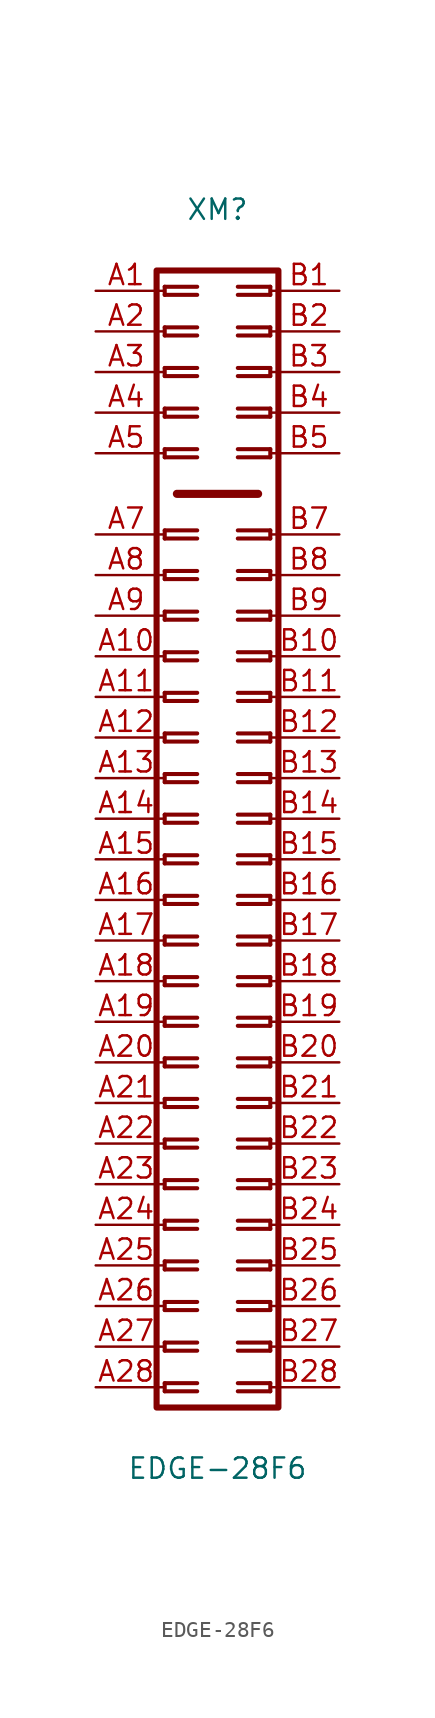
<source format=kicad_sym>
(kicad_symbol_lib
  (version 20231120)
  (generator "kicad_symbol_editor")
  (generator_version "8.0")
  (symbol "EDGE-28F6"
    (pin_names
      (offset 1.016))
    (property "Reference" "XM"
      (at 0 39.37 0)
      (effects (font (size 1.27 1.27))))
    (property "Value" "EDGE-28F6"
      (at 0 -39.37 0)
      (effects (font (size 1.27 1.27))))
    (symbol "EDGE-28F6_0_0"
      (polyline (pts (xy -2.54 21.59) (xy 2.54 21.59)) (stroke (width 0.508) (type default)) (fill (type none))))
    (symbol "EDGE-28F6_0_1"
      (rectangle (start -3.81 35.56) (end 3.81 -35.56) (stroke (width 0.381) (type default)) (fill (type none)))
      (polyline (pts (xy -3.81 -34.29) (xy -3.302 -34.29)) (stroke (width 0) (type default)) (fill (type none)))
      (polyline (pts (xy -3.81 -31.75) (xy -3.302 -31.75)) (stroke (width 0) (type default)) (fill (type none)))
      (polyline (pts (xy -3.81 -29.21) (xy -3.302 -29.21)) (stroke (width 0) (type default)) (fill (type none)))
      (polyline (pts (xy -3.81 -26.67) (xy -3.302 -26.67)) (stroke (width 0) (type default)) (fill (type none)))
      (polyline (pts (xy -3.81 -24.13) (xy -3.302 -24.13)) (stroke (width 0) (type default)) (fill (type none)))
      (polyline (pts (xy -3.81 -21.59) (xy -3.302 -21.59)) (stroke (width 0) (type default)) (fill (type none)))
      (polyline (pts (xy -3.81 -19.05) (xy -3.302 -19.05)) (stroke (width 0) (type default)) (fill (type none)))
      (polyline (pts (xy -3.81 -16.51) (xy -3.302 -16.51)) (stroke (width 0) (type default)) (fill (type none)))
      (polyline (pts (xy -3.81 -13.97) (xy -3.302 -13.97)) (stroke (width 0) (type default)) (fill (type none)))
      (polyline (pts (xy -3.81 -11.43) (xy -3.302 -11.43)) (stroke (width 0) (type default)) (fill (type none)))
      (polyline (pts (xy -3.81 -8.89) (xy -3.302 -8.89)) (stroke (width 0) (type default)) (fill (type none)))
      (polyline (pts (xy -3.81 -6.35) (xy -3.302 -6.35)) (stroke (width 0) (type default)) (fill (type none)))
      (polyline (pts (xy -3.81 -3.81) (xy -3.302 -3.81)) (stroke (width 0) (type default)) (fill (type none)))
      (polyline (pts (xy -3.81 -1.27) (xy -3.302 -1.27)) (stroke (width 0) (type default)) (fill (type none)))
      (polyline (pts (xy -3.81 1.27) (xy -3.302 1.27)) (stroke (width 0) (type default)) (fill (type none)))
      (polyline (pts (xy -3.81 3.81) (xy -3.302 3.81)) (stroke (width 0) (type default)) (fill (type none)))
      (polyline (pts (xy -3.81 6.35) (xy -3.302 6.35)) (stroke (width 0) (type default)) (fill (type none)))
      (polyline (pts (xy -3.81 8.89) (xy -3.302 8.89)) (stroke (width 0) (type default)) (fill (type none)))
      (polyline (pts (xy -3.81 11.43) (xy -3.302 11.43)) (stroke (width 0) (type default)) (fill (type none)))
      (polyline (pts (xy -3.81 13.97) (xy -3.302 13.97)) (stroke (width 0) (type default)) (fill (type none)))
      (polyline (pts (xy -3.81 16.51) (xy -3.302 16.51)) (stroke (width 0) (type default)) (fill (type none)))
      (polyline (pts (xy -3.81 19.05) (xy -3.302 19.05)) (stroke (width 0) (type default)) (fill (type none)))
      (polyline (pts (xy -3.81 24.13) (xy -3.302 24.13)) (stroke (width 0) (type default)) (fill (type none)))
      (polyline (pts (xy -3.81 26.67) (xy -3.302 26.67)) (stroke (width 0) (type default)) (fill (type none)))
      (polyline (pts (xy -3.81 29.21) (xy -3.302 29.21)) (stroke (width 0) (type default)) (fill (type none)))
      (polyline (pts (xy -3.81 31.75) (xy -3.302 31.75)) (stroke (width 0) (type default)) (fill (type none)))
      (polyline (pts (xy -3.81 34.29) (xy -3.302 34.29)) (stroke (width 0) (type default)) (fill (type none)))
      (polyline (pts (xy -3.302 -34.544) (xy -3.302 -34.036)) (stroke (width 0.254) (type default)) (fill (type none)))
      (polyline (pts (xy -3.302 -34.544) (xy -1.27 -34.544)) (stroke (width 0.254) (type default)) (fill (type none)))
      (polyline (pts (xy -3.302 -34.036) (xy -1.27 -34.036)) (stroke (width 0.254) (type default)) (fill (type none)))
      (polyline (pts (xy -3.302 -32.004) (xy -3.302 -31.496)) (stroke (width 0.254) (type default)) (fill (type none)))
      (polyline (pts (xy -3.302 -32.004) (xy -1.27 -32.004)) (stroke (width 0.254) (type default)) (fill (type none)))
      (polyline (pts (xy -3.302 -31.496) (xy -1.27 -31.496)) (stroke (width 0.254) (type default)) (fill (type none)))
      (polyline (pts (xy -3.302 -29.464) (xy -3.302 -28.956)) (stroke (width 0.254) (type default)) (fill (type none)))
      (polyline (pts (xy -3.302 -29.464) (xy -1.27 -29.464)) (stroke (width 0.254) (type default)) (fill (type none)))
      (polyline (pts (xy -3.302 -28.956) (xy -1.27 -28.956)) (stroke (width 0.254) (type default)) (fill (type none)))
      (polyline (pts (xy -3.302 -26.924) (xy -3.302 -26.416)) (stroke (width 0.254) (type default)) (fill (type none)))
      (polyline (pts (xy -3.302 -26.924) (xy -1.27 -26.924)) (stroke (width 0.254) (type default)) (fill (type none)))
      (polyline (pts (xy -3.302 -26.416) (xy -1.27 -26.416)) (stroke (width 0.254) (type default)) (fill (type none)))
      (polyline (pts (xy -3.302 -24.384) (xy -3.302 -23.876)) (stroke (width 0.254) (type default)) (fill (type none)))
      (polyline (pts (xy -3.302 -24.384) (xy -1.27 -24.384)) (stroke (width 0.254) (type default)) (fill (type none)))
      (polyline (pts (xy -3.302 -23.876) (xy -1.27 -23.876)) (stroke (width 0.254) (type default)) (fill (type none)))
      (polyline (pts (xy -3.302 -21.844) (xy -3.302 -21.336)) (stroke (width 0.254) (type default)) (fill (type none)))
      (polyline (pts (xy -3.302 -21.844) (xy -1.27 -21.844)) (stroke (width 0.254) (type default)) (fill (type none)))
      (polyline (pts (xy -3.302 -21.336) (xy -1.27 -21.336)) (stroke (width 0.254) (type default)) (fill (type none)))
      (polyline (pts (xy -3.302 -19.304) (xy -3.302 -18.796)) (stroke (width 0.254) (type default)) (fill (type none)))
      (polyline (pts (xy -3.302 -19.304) (xy -1.27 -19.304)) (stroke (width 0.254) (type default)) (fill (type none)))
      (polyline (pts (xy -3.302 -18.796) (xy -1.27 -18.796)) (stroke (width 0.254) (type default)) (fill (type none)))
      (polyline (pts (xy -3.302 -16.764) (xy -3.302 -16.256)) (stroke (width 0.254) (type default)) (fill (type none)))
      (polyline (pts (xy -3.302 -16.764) (xy -1.27 -16.764)) (stroke (width 0.254) (type default)) (fill (type none)))
      (polyline (pts (xy -3.302 -16.256) (xy -1.27 -16.256)) (stroke (width 0.254) (type default)) (fill (type none)))
      (polyline (pts (xy -3.302 -14.224) (xy -3.302 -13.716)) (stroke (width 0.254) (type default)) (fill (type none)))
      (polyline (pts (xy -3.302 -14.224) (xy -1.27 -14.224)) (stroke (width 0.254) (type default)) (fill (type none)))
      (polyline (pts (xy -3.302 -13.716) (xy -1.27 -13.716)) (stroke (width 0.254) (type default)) (fill (type none)))
      (polyline (pts (xy -3.302 -11.684) (xy -3.302 -11.176)) (stroke (width 0.254) (type default)) (fill (type none)))
      (polyline (pts (xy -3.302 -11.684) (xy -1.27 -11.684)) (stroke (width 0.254) (type default)) (fill (type none)))
      (polyline (pts (xy -3.302 -11.176) (xy -1.27 -11.176)) (stroke (width 0.254) (type default)) (fill (type none)))
      (polyline (pts (xy -3.302 -9.144) (xy -3.302 -8.636)) (stroke (width 0.254) (type default)) (fill (type none)))
      (polyline (pts (xy -3.302 -9.144) (xy -1.27 -9.144)) (stroke (width 0.254) (type default)) (fill (type none)))
      (polyline (pts (xy -3.302 -8.636) (xy -1.27 -8.636)) (stroke (width 0.254) (type default)) (fill (type none)))
      (polyline (pts (xy -3.302 -6.604) (xy -3.302 -6.096)) (stroke (width 0.254) (type default)) (fill (type none)))
      (polyline (pts (xy -3.302 -6.604) (xy -1.27 -6.604)) (stroke (width 0.254) (type default)) (fill (type none)))
      (polyline (pts (xy -3.302 -6.096) (xy -1.27 -6.096)) (stroke (width 0.254) (type default)) (fill (type none)))
      (polyline (pts (xy -3.302 -4.064) (xy -3.302 -3.556)) (stroke (width 0.254) (type default)) (fill (type none)))
      (polyline (pts (xy -3.302 -4.064) (xy -1.27 -4.064)) (stroke (width 0.254) (type default)) (fill (type none)))
      (polyline (pts (xy -3.302 -3.556) (xy -1.27 -3.556)) (stroke (width 0.254) (type default)) (fill (type none)))
      (polyline (pts (xy -3.302 -1.524) (xy -3.302 -1.016)) (stroke (width 0.254) (type default)) (fill (type none)))
      (polyline (pts (xy -3.302 -1.524) (xy -1.27 -1.524)) (stroke (width 0.254) (type default)) (fill (type none)))
      (polyline (pts (xy -3.302 -1.016) (xy -1.27 -1.016)) (stroke (width 0.254) (type default)) (fill (type none)))
      (polyline (pts (xy -3.302 1.016) (xy -3.302 1.524)) (stroke (width 0.254) (type default)) (fill (type none)))
      (polyline (pts (xy -3.302 1.016) (xy -1.27 1.016)) (stroke (width 0.254) (type default)) (fill (type none)))
      (polyline (pts (xy -3.302 1.524) (xy -1.27 1.524)) (stroke (width 0.254) (type default)) (fill (type none)))
      (polyline (pts (xy -3.302 3.556) (xy -3.302 4.064)) (stroke (width 0.254) (type default)) (fill (type none)))
      (polyline (pts (xy -3.302 3.556) (xy -1.27 3.556)) (stroke (width 0.254) (type default)) (fill (type none)))
      (polyline (pts (xy -3.302 4.064) (xy -1.27 4.064)) (stroke (width 0.254) (type default)) (fill (type none)))
      (polyline (pts (xy -3.302 6.096) (xy -3.302 6.604)) (stroke (width 0.254) (type default)) (fill (type none)))
      (polyline (pts (xy -3.302 6.096) (xy -1.27 6.096)) (stroke (width 0.254) (type default)) (fill (type none)))
      (polyline (pts (xy -3.302 6.604) (xy -1.27 6.604)) (stroke (width 0.254) (type default)) (fill (type none)))
      (polyline (pts (xy -3.302 8.636) (xy -3.302 9.144)) (stroke (width 0.254) (type default)) (fill (type none)))
      (polyline (pts (xy -3.302 8.636) (xy -1.27 8.636)) (stroke (width 0.254) (type default)) (fill (type none)))
      (polyline (pts (xy -3.302 9.144) (xy -1.27 9.144)) (stroke (width 0.254) (type default)) (fill (type none)))
      (polyline (pts (xy -3.302 11.176) (xy -3.302 11.684)) (stroke (width 0.254) (type default)) (fill (type none)))
      (polyline (pts (xy -3.302 11.176) (xy -1.27 11.176)) (stroke (width 0.254) (type default)) (fill (type none)))
      (polyline (pts (xy -3.302 11.684) (xy -1.27 11.684)) (stroke (width 0.254) (type default)) (fill (type none)))
      (polyline (pts (xy -3.302 13.716) (xy -3.302 14.224)) (stroke (width 0.254) (type default)) (fill (type none)))
      (polyline (pts (xy -3.302 13.716) (xy -1.27 13.716)) (stroke (width 0.254) (type default)) (fill (type none)))
      (polyline (pts (xy -3.302 14.224) (xy -1.27 14.224)) (stroke (width 0.254) (type default)) (fill (type none)))
      (polyline (pts (xy -3.302 16.256) (xy -3.302 16.764)) (stroke (width 0.254) (type default)) (fill (type none)))
      (polyline (pts (xy -3.302 16.256) (xy -1.27 16.256)) (stroke (width 0.254) (type default)) (fill (type none)))
      (polyline (pts (xy -3.302 16.764) (xy -1.27 16.764)) (stroke (width 0.254) (type default)) (fill (type none)))
      (polyline (pts (xy -3.302 18.796) (xy -3.302 19.304)) (stroke (width 0.254) (type default)) (fill (type none)))
      (polyline (pts (xy -3.302 18.796) (xy -1.27 18.796)) (stroke (width 0.254) (type default)) (fill (type none)))
      (polyline (pts (xy -3.302 19.304) (xy -1.27 19.304)) (stroke (width 0.254) (type default)) (fill (type none)))
      (polyline (pts (xy -3.302 23.876) (xy -3.302 24.384)) (stroke (width 0.254) (type default)) (fill (type none)))
      (polyline (pts (xy -3.302 23.876) (xy -1.27 23.876)) (stroke (width 0.254) (type default)) (fill (type none)))
      (polyline (pts (xy -3.302 24.384) (xy -1.27 24.384)) (stroke (width 0.254) (type default)) (fill (type none)))
      (polyline (pts (xy -3.302 26.416) (xy -3.302 26.924)) (stroke (width 0.254) (type default)) (fill (type none)))
      (polyline (pts (xy -3.302 26.416) (xy -1.27 26.416)) (stroke (width 0.254) (type default)) (fill (type none)))
      (polyline (pts (xy -3.302 26.924) (xy -1.27 26.924)) (stroke (width 0.254) (type default)) (fill (type none)))
      (polyline (pts (xy -3.302 28.956) (xy -3.302 29.464)) (stroke (width 0.254) (type default)) (fill (type none)))
      (polyline (pts (xy -3.302 28.956) (xy -1.27 28.956)) (stroke (width 0.254) (type default)) (fill (type none)))
      (polyline (pts (xy -3.302 29.464) (xy -1.27 29.464)) (stroke (width 0.254) (type default)) (fill (type none)))
      (polyline (pts (xy -3.302 31.496) (xy -3.302 32.004)) (stroke (width 0.254) (type default)) (fill (type none)))
      (polyline (pts (xy -3.302 31.496) (xy -1.27 31.496)) (stroke (width 0.254) (type default)) (fill (type none)))
      (polyline (pts (xy -3.302 32.004) (xy -1.27 32.004)) (stroke (width 0.254) (type default)) (fill (type none)))
      (polyline (pts (xy -3.302 34.036) (xy -3.302 34.544)) (stroke (width 0.254) (type default)) (fill (type none)))
      (polyline (pts (xy -3.302 34.036) (xy -1.27 34.036)) (stroke (width 0.254) (type default)) (fill (type none)))
      (polyline (pts (xy -3.302 34.544) (xy -1.27 34.544)) (stroke (width 0.254) (type default)) (fill (type none)))
      (polyline (pts (xy 3.302 -34.544) (xy 1.27 -34.544)) (stroke (width 0.254) (type default)) (fill (type none)))
      (polyline (pts (xy 3.302 -34.544) (xy 3.302 -34.036)) (stroke (width 0.254) (type default)) (fill (type none)))
      (polyline (pts (xy 3.302 -34.036) (xy 1.27 -34.036)) (stroke (width 0.254) (type default)) (fill (type none)))
      (polyline (pts (xy 3.302 -32.004) (xy 1.27 -32.004)) (stroke (width 0.254) (type default)) (fill (type none)))
      (polyline (pts (xy 3.302 -32.004) (xy 3.302 -31.496)) (stroke (width 0.254) (type default)) (fill (type none)))
      (polyline (pts (xy 3.302 -31.496) (xy 1.27 -31.496)) (stroke (width 0.254) (type default)) (fill (type none)))
      (polyline (pts (xy 3.302 -29.464) (xy 1.27 -29.464)) (stroke (width 0.254) (type default)) (fill (type none)))
      (polyline (pts (xy 3.302 -29.464) (xy 3.302 -28.956)) (stroke (width 0.254) (type default)) (fill (type none)))
      (polyline (pts (xy 3.302 -28.956) (xy 1.27 -28.956)) (stroke (width 0.254) (type default)) (fill (type none)))
      (polyline (pts (xy 3.302 -26.924) (xy 1.27 -26.924)) (stroke (width 0.254) (type default)) (fill (type none)))
      (polyline (pts (xy 3.302 -26.924) (xy 3.302 -26.416)) (stroke (width 0.254) (type default)) (fill (type none)))
      (polyline (pts (xy 3.302 -26.416) (xy 1.27 -26.416)) (stroke (width 0.254) (type default)) (fill (type none)))
      (polyline (pts (xy 3.302 -24.384) (xy 1.27 -24.384)) (stroke (width 0.254) (type default)) (fill (type none)))
      (polyline (pts (xy 3.302 -24.384) (xy 3.302 -23.876)) (stroke (width 0.254) (type default)) (fill (type none)))
      (polyline (pts (xy 3.302 -23.876) (xy 1.27 -23.876)) (stroke (width 0.254) (type default)) (fill (type none)))
      (polyline (pts (xy 3.302 -21.844) (xy 1.27 -21.844)) (stroke (width 0.254) (type default)) (fill (type none)))
      (polyline (pts (xy 3.302 -21.844) (xy 3.302 -21.336)) (stroke (width 0.254) (type default)) (fill (type none)))
      (polyline (pts (xy 3.302 -21.336) (xy 1.27 -21.336)) (stroke (width 0.254) (type default)) (fill (type none)))
      (polyline (pts (xy 3.302 -19.304) (xy 1.27 -19.304)) (stroke (width 0.254) (type default)) (fill (type none)))
      (polyline (pts (xy 3.302 -19.304) (xy 3.302 -18.796)) (stroke (width 0.254) (type default)) (fill (type none)))
      (polyline (pts (xy 3.302 -18.796) (xy 1.27 -18.796)) (stroke (width 0.254) (type default)) (fill (type none)))
      (polyline (pts (xy 3.302 -16.764) (xy 1.27 -16.764)) (stroke (width 0.254) (type default)) (fill (type none)))
      (polyline (pts (xy 3.302 -16.764) (xy 3.302 -16.256)) (stroke (width 0.254) (type default)) (fill (type none)))
      (polyline (pts (xy 3.302 -16.256) (xy 1.27 -16.256)) (stroke (width 0.254) (type default)) (fill (type none)))
      (polyline (pts (xy 3.302 -14.224) (xy 1.27 -14.224)) (stroke (width 0.254) (type default)) (fill (type none)))
      (polyline (pts (xy 3.302 -14.224) (xy 3.302 -13.716)) (stroke (width 0.254) (type default)) (fill (type none)))
      (polyline (pts (xy 3.302 -13.716) (xy 1.27 -13.716)) (stroke (width 0.254) (type default)) (fill (type none)))
      (polyline (pts (xy 3.302 -11.684) (xy 1.27 -11.684)) (stroke (width 0.254) (type default)) (fill (type none)))
      (polyline (pts (xy 3.302 -11.684) (xy 3.302 -11.176)) (stroke (width 0.254) (type default)) (fill (type none)))
      (polyline (pts (xy 3.302 -11.176) (xy 1.27 -11.176)) (stroke (width 0.254) (type default)) (fill (type none)))
      (polyline (pts (xy 3.302 -9.144) (xy 1.27 -9.144)) (stroke (width 0.254) (type default)) (fill (type none)))
      (polyline (pts (xy 3.302 -9.144) (xy 3.302 -8.636)) (stroke (width 0.254) (type default)) (fill (type none)))
      (polyline (pts (xy 3.302 -8.636) (xy 1.27 -8.636)) (stroke (width 0.254) (type default)) (fill (type none)))
      (polyline (pts (xy 3.302 -6.604) (xy 1.27 -6.604)) (stroke (width 0.254) (type default)) (fill (type none)))
      (polyline (pts (xy 3.302 -6.604) (xy 3.302 -6.096)) (stroke (width 0.254) (type default)) (fill (type none)))
      (polyline (pts (xy 3.302 -6.096) (xy 1.27 -6.096)) (stroke (width 0.254) (type default)) (fill (type none)))
      (polyline (pts (xy 3.302 -4.064) (xy 1.27 -4.064)) (stroke (width 0.254) (type default)) (fill (type none)))
      (polyline (pts (xy 3.302 -4.064) (xy 3.302 -3.556)) (stroke (width 0.254) (type default)) (fill (type none)))
      (polyline (pts (xy 3.302 -3.556) (xy 1.27 -3.556)) (stroke (width 0.254) (type default)) (fill (type none)))
      (polyline (pts (xy 3.302 -1.524) (xy 1.27 -1.524)) (stroke (width 0.254) (type default)) (fill (type none)))
      (polyline (pts (xy 3.302 -1.524) (xy 3.302 -1.016)) (stroke (width 0.254) (type default)) (fill (type none)))
      (polyline (pts (xy 3.302 -1.016) (xy 1.27 -1.016)) (stroke (width 0.254) (type default)) (fill (type none)))
      (polyline (pts (xy 3.302 1.016) (xy 1.27 1.016)) (stroke (width 0.254) (type default)) (fill (type none)))
      (polyline (pts (xy 3.302 1.016) (xy 3.302 1.524)) (stroke (width 0.254) (type default)) (fill (type none)))
      (polyline (pts (xy 3.302 1.524) (xy 1.27 1.524)) (stroke (width 0.254) (type default)) (fill (type none)))
      (polyline (pts (xy 3.302 3.556) (xy 1.27 3.556)) (stroke (width 0.254) (type default)) (fill (type none)))
      (polyline (pts (xy 3.302 3.556) (xy 3.302 4.064)) (stroke (width 0.254) (type default)) (fill (type none)))
      (polyline (pts (xy 3.302 4.064) (xy 1.27 4.064)) (stroke (width 0.254) (type default)) (fill (type none)))
      (polyline (pts (xy 3.302 6.096) (xy 1.27 6.096)) (stroke (width 0.254) (type default)) (fill (type none)))
      (polyline (pts (xy 3.302 6.096) (xy 3.302 6.604)) (stroke (width 0.254) (type default)) (fill (type none)))
      (polyline (pts (xy 3.302 6.604) (xy 1.27 6.604)) (stroke (width 0.254) (type default)) (fill (type none)))
      (polyline (pts (xy 3.302 8.636) (xy 1.27 8.636)) (stroke (width 0.254) (type default)) (fill (type none)))
      (polyline (pts (xy 3.302 8.636) (xy 3.302 9.144)) (stroke (width 0.254) (type default)) (fill (type none)))
      (polyline (pts (xy 3.302 9.144) (xy 1.27 9.144)) (stroke (width 0.254) (type default)) (fill (type none)))
      (polyline (pts (xy 3.302 11.176) (xy 1.27 11.176)) (stroke (width 0.254) (type default)) (fill (type none)))
      (polyline (pts (xy 3.302 11.176) (xy 3.302 11.684)) (stroke (width 0.254) (type default)) (fill (type none)))
      (polyline (pts (xy 3.302 11.684) (xy 1.27 11.684)) (stroke (width 0.254) (type default)) (fill (type none)))
      (polyline (pts (xy 3.302 13.716) (xy 1.27 13.716)) (stroke (width 0.254) (type default)) (fill (type none)))
      (polyline (pts (xy 3.302 13.716) (xy 3.302 14.224)) (stroke (width 0.254) (type default)) (fill (type none)))
      (polyline (pts (xy 3.302 14.224) (xy 1.27 14.224)) (stroke (width 0.254) (type default)) (fill (type none)))
      (polyline (pts (xy 3.302 16.256) (xy 1.27 16.256)) (stroke (width 0.254) (type default)) (fill (type none)))
      (polyline (pts (xy 3.302 16.256) (xy 3.302 16.764)) (stroke (width 0.254) (type default)) (fill (type none)))
      (polyline (pts (xy 3.302 16.764) (xy 1.27 16.764)) (stroke (width 0.254) (type default)) (fill (type none)))
      (polyline (pts (xy 3.302 18.796) (xy 1.27 18.796)) (stroke (width 0.254) (type default)) (fill (type none)))
      (polyline (pts (xy 3.302 18.796) (xy 3.302 19.304)) (stroke (width 0.254) (type default)) (fill (type none)))
      (polyline (pts (xy 3.302 19.304) (xy 1.27 19.304)) (stroke (width 0.254) (type default)) (fill (type none)))
      (polyline (pts (xy 3.302 23.876) (xy 1.27 23.876)) (stroke (width 0.254) (type default)) (fill (type none)))
      (polyline (pts (xy 3.302 23.876) (xy 3.302 24.384)) (stroke (width 0.254) (type default)) (fill (type none)))
      (polyline (pts (xy 3.302 24.384) (xy 1.27 24.384)) (stroke (width 0.254) (type default)) (fill (type none)))
      (polyline (pts (xy 3.302 26.416) (xy 1.27 26.416)) (stroke (width 0.254) (type default)) (fill (type none)))
      (polyline (pts (xy 3.302 26.416) (xy 3.302 26.924)) (stroke (width 0.254) (type default)) (fill (type none)))
      (polyline (pts (xy 3.302 26.924) (xy 1.27 26.924)) (stroke (width 0.254) (type default)) (fill (type none)))
      (polyline (pts (xy 3.302 28.956) (xy 1.27 28.956)) (stroke (width 0.254) (type default)) (fill (type none)))
      (polyline (pts (xy 3.302 28.956) (xy 3.302 29.464)) (stroke (width 0.254) (type default)) (fill (type none)))
      (polyline (pts (xy 3.302 29.464) (xy 1.27 29.464)) (stroke (width 0.254) (type default)) (fill (type none)))
      (polyline (pts (xy 3.302 31.496) (xy 1.27 31.496)) (stroke (width 0.254) (type default)) (fill (type none)))
      (polyline (pts (xy 3.302 31.496) (xy 3.302 32.004)) (stroke (width 0.254) (type default)) (fill (type none)))
      (polyline (pts (xy 3.302 32.004) (xy 1.27 32.004)) (stroke (width 0.254) (type default)) (fill (type none)))
      (polyline (pts (xy 3.302 34.036) (xy 1.27 34.036)) (stroke (width 0.254) (type default)) (fill (type none)))
      (polyline (pts (xy 3.302 34.036) (xy 3.302 34.544)) (stroke (width 0.254) (type default)) (fill (type none)))
      (polyline (pts (xy 3.302 34.544) (xy 1.27 34.544)) (stroke (width 0.254) (type default)) (fill (type none)))
      (polyline (pts (xy 3.81 -34.29) (xy 3.302 -34.29)) (stroke (width 0) (type default)) (fill (type none)))
      (polyline (pts (xy 3.81 -31.75) (xy 3.302 -31.75)) (stroke (width 0) (type default)) (fill (type none)))
      (polyline (pts (xy 3.81 -29.21) (xy 3.302 -29.21)) (stroke (width 0) (type default)) (fill (type none)))
      (polyline (pts (xy 3.81 -26.67) (xy 3.302 -26.67)) (stroke (width 0) (type default)) (fill (type none)))
      (polyline (pts (xy 3.81 -24.13) (xy 3.302 -24.13)) (stroke (width 0) (type default)) (fill (type none)))
      (polyline (pts (xy 3.81 -21.59) (xy 3.302 -21.59)) (stroke (width 0) (type default)) (fill (type none)))
      (polyline (pts (xy 3.81 -19.05) (xy 3.302 -19.05)) (stroke (width 0) (type default)) (fill (type none)))
      (polyline (pts (xy 3.81 -16.51) (xy 3.302 -16.51)) (stroke (width 0) (type default)) (fill (type none)))
      (polyline (pts (xy 3.81 -13.97) (xy 3.302 -13.97)) (stroke (width 0) (type default)) (fill (type none)))
      (polyline (pts (xy 3.81 -11.43) (xy 3.302 -11.43)) (stroke (width 0) (type default)) (fill (type none)))
      (polyline (pts (xy 3.81 -8.89) (xy 3.302 -8.89)) (stroke (width 0) (type default)) (fill (type none)))
      (polyline (pts (xy 3.81 -6.35) (xy 3.302 -6.35)) (stroke (width 0) (type default)) (fill (type none)))
      (polyline (pts (xy 3.81 -3.81) (xy 3.302 -3.81)) (stroke (width 0) (type default)) (fill (type none)))
      (polyline (pts (xy 3.81 -1.27) (xy 3.302 -1.27)) (stroke (width 0) (type default)) (fill (type none)))
      (polyline (pts (xy 3.81 1.27) (xy 3.302 1.27)) (stroke (width 0) (type default)) (fill (type none)))
      (polyline (pts (xy 3.81 3.81) (xy 3.302 3.81)) (stroke (width 0) (type default)) (fill (type none)))
      (polyline (pts (xy 3.81 6.35) (xy 3.302 6.35)) (stroke (width 0) (type default)) (fill (type none)))
      (polyline (pts (xy 3.81 8.89) (xy 3.302 8.89)) (stroke (width 0) (type default)) (fill (type none)))
      (polyline (pts (xy 3.81 11.43) (xy 3.302 11.43)) (stroke (width 0) (type default)) (fill (type none)))
      (polyline (pts (xy 3.81 13.97) (xy 3.302 13.97)) (stroke (width 0) (type default)) (fill (type none)))
      (polyline (pts (xy 3.81 16.51) (xy 3.302 16.51)) (stroke (width 0) (type default)) (fill (type none)))
      (polyline (pts (xy 3.81 19.05) (xy 3.302 19.05)) (stroke (width 0) (type default)) (fill (type none)))
      (polyline (pts (xy 3.81 24.13) (xy 3.302 24.13)) (stroke (width 0) (type default)) (fill (type none)))
      (polyline (pts (xy 3.81 26.67) (xy 3.302 26.67)) (stroke (width 0) (type default)) (fill (type none)))
      (polyline (pts (xy 3.81 29.21) (xy 3.302 29.21)) (stroke (width 0) (type default)) (fill (type none)))
      (polyline (pts (xy 3.81 31.75) (xy 3.302 31.75)) (stroke (width 0) (type default)) (fill (type none)))
      (polyline (pts (xy 3.81 34.29) (xy 3.302 34.29)) (stroke (width 0) (type default)) (fill (type none))))
    (symbol "EDGE-28F6_1_1"
      (pin passive line (at -7.62 34.29 0) (length 3.81) (name "~" (effects (font (size 1.27 1.27)))) (number "A1" (effects (font (size 1.27 1.27)))))
      (pin passive line (at -7.62 11.43 0) (length 3.81) (name "~" (effects (font (size 1.27 1.27)))) (number "A10" (effects (font (size 1.27 1.27)))))
      (pin passive line (at -7.62 8.89 0) (length 3.81) (name "~" (effects (font (size 1.27 1.27)))) (number "A11" (effects (font (size 1.27 1.27)))))
      (pin passive line (at -7.62 6.35 0) (length 3.81) (name "~" (effects (font (size 1.27 1.27)))) (number "A12" (effects (font (size 1.27 1.27)))))
      (pin passive line (at -7.62 3.81 0) (length 3.81) (name "~" (effects (font (size 1.27 1.27)))) (number "A13" (effects (font (size 1.27 1.27)))))
      (pin passive line (at -7.62 1.27 0) (length 3.81) (name "~" (effects (font (size 1.27 1.27)))) (number "A14" (effects (font (size 1.27 1.27)))))
      (pin passive line (at -7.62 -1.27 0) (length 3.81) (name "~" (effects (font (size 1.27 1.27)))) (number "A15" (effects (font (size 1.27 1.27)))))
      (pin passive line (at -7.62 -3.81 0) (length 3.81) (name "~" (effects (font (size 1.27 1.27)))) (number "A16" (effects (font (size 1.27 1.27)))))
      (pin passive line (at -7.62 -6.35 0) (length 3.81) (name "~" (effects (font (size 1.27 1.27)))) (number "A17" (effects (font (size 1.27 1.27)))))
      (pin passive line (at -7.62 -8.89 0) (length 3.81) (name "~" (effects (font (size 1.27 1.27)))) (number "A18" (effects (font (size 1.27 1.27)))))
      (pin passive line (at -7.62 -11.43 0) (length 3.81) (name "~" (effects (font (size 1.27 1.27)))) (number "A19" (effects (font (size 1.27 1.27)))))
      (pin passive line (at -7.62 31.75 0) (length 3.81) (name "~" (effects (font (size 1.27 1.27)))) (number "A2" (effects (font (size 1.27 1.27)))))
      (pin passive line (at -7.62 -13.97 0) (length 3.81) (name "~" (effects (font (size 1.27 1.27)))) (number "A20" (effects (font (size 1.27 1.27)))))
      (pin passive line (at -7.62 -16.51 0) (length 3.81) (name "~" (effects (font (size 1.27 1.27)))) (number "A21" (effects (font (size 1.27 1.27)))))
      (pin passive line (at -7.62 -19.05 0) (length 3.81) (name "~" (effects (font (size 1.27 1.27)))) (number "A22" (effects (font (size 1.27 1.27)))))
      (pin passive line (at -7.62 -21.59 0) (length 3.81) (name "~" (effects (font (size 1.27 1.27)))) (number "A23" (effects (font (size 1.27 1.27)))))
      (pin passive line (at -7.62 -24.13 0) (length 3.81) (name "~" (effects (font (size 1.27 1.27)))) (number "A24" (effects (font (size 1.27 1.27)))))
      (pin passive line (at -7.62 -26.67 0) (length 3.81) (name "~" (effects (font (size 1.27 1.27)))) (number "A25" (effects (font (size 1.27 1.27)))))
      (pin passive line (at -7.62 -29.21 0) (length 3.81) (name "~" (effects (font (size 1.27 1.27)))) (number "A26" (effects (font (size 1.27 1.27)))))
      (pin passive line (at -7.62 -31.75 0) (length 3.81) (name "~" (effects (font (size 1.27 1.27)))) (number "A27" (effects (font (size 1.27 1.27)))))
      (pin passive line (at -7.62 -34.29 0) (length 3.81) (name "~" (effects (font (size 1.27 1.27)))) (number "A28" (effects (font (size 1.27 1.27)))))
      (pin passive line (at -7.62 29.21 0) (length 3.81) (name "~" (effects (font (size 1.27 1.27)))) (number "A3" (effects (font (size 1.27 1.27)))))
      (pin passive line (at -7.62 26.67 0) (length 3.81) (name "~" (effects (font (size 1.27 1.27)))) (number "A4" (effects (font (size 1.27 1.27)))))
      (pin passive line (at -7.62 24.13 0) (length 3.81) (name "~" (effects (font (size 1.27 1.27)))) (number "A5" (effects (font (size 1.27 1.27)))))
      (pin passive line (at -7.62 19.05 0) (length 3.81) (name "~" (effects (font (size 1.27 1.27)))) (number "A7" (effects (font (size 1.27 1.27)))))
      (pin passive line (at -7.62 16.51 0) (length 3.81) (name "~" (effects (font (size 1.27 1.27)))) (number "A8" (effects (font (size 1.27 1.27)))))
      (pin passive line (at -7.62 13.97 0) (length 3.81) (name "~" (effects (font (size 1.27 1.27)))) (number "A9" (effects (font (size 1.27 1.27)))))
      (pin passive line (at 7.62 34.29 180) (length 3.81) (name "~" (effects (font (size 1.27 1.27)))) (number "B1" (effects (font (size 1.27 1.27)))))
      (pin passive line (at 7.62 11.43 180) (length 3.81) (name "~" (effects (font (size 1.27 1.27)))) (number "B10" (effects (font (size 1.27 1.27)))))
      (pin passive line (at 7.62 8.89 180) (length 3.81) (name "~" (effects (font (size 1.27 1.27)))) (number "B11" (effects (font (size 1.27 1.27)))))
      (pin passive line (at 7.62 6.35 180) (length 3.81) (name "~" (effects (font (size 1.27 1.27)))) (number "B12" (effects (font (size 1.27 1.27)))))
      (pin passive line (at 7.62 3.81 180) (length 3.81) (name "~" (effects (font (size 1.27 1.27)))) (number "B13" (effects (font (size 1.27 1.27)))))
      (pin passive line (at 7.62 1.27 180) (length 3.81) (name "~" (effects (font (size 1.27 1.27)))) (number "B14" (effects (font (size 1.27 1.27)))))
      (pin passive line (at 7.62 -1.27 180) (length 3.81) (name "~" (effects (font (size 1.27 1.27)))) (number "B15" (effects (font (size 1.27 1.27)))))
      (pin passive line (at 7.62 -3.81 180) (length 3.81) (name "~" (effects (font (size 1.27 1.27)))) (number "B16" (effects (font (size 1.27 1.27)))))
      (pin passive line (at 7.62 -6.35 180) (length 3.81) (name "~" (effects (font (size 1.27 1.27)))) (number "B17" (effects (font (size 1.27 1.27)))))
      (pin passive line (at 7.62 -8.89 180) (length 3.81) (name "~" (effects (font (size 1.27 1.27)))) (number "B18" (effects (font (size 1.27 1.27)))))
      (pin passive line (at 7.62 -11.43 180) (length 3.81) (name "~" (effects (font (size 1.27 1.27)))) (number "B19" (effects (font (size 1.27 1.27)))))
      (pin passive line (at 7.62 31.75 180) (length 3.81) (name "~" (effects (font (size 1.27 1.27)))) (number "B2" (effects (font (size 1.27 1.27)))))
      (pin passive line (at 7.62 -13.97 180) (length 3.81) (name "~" (effects (font (size 1.27 1.27)))) (number "B20" (effects (font (size 1.27 1.27)))))
      (pin passive line (at 7.62 -16.51 180) (length 3.81) (name "~" (effects (font (size 1.27 1.27)))) (number "B21" (effects (font (size 1.27 1.27)))))
      (pin passive line (at 7.62 -19.05 180) (length 3.81) (name "~" (effects (font (size 1.27 1.27)))) (number "B22" (effects (font (size 1.27 1.27)))))
      (pin passive line (at 7.62 -21.59 180) (length 3.81) (name "~" (effects (font (size 1.27 1.27)))) (number "B23" (effects (font (size 1.27 1.27)))))
      (pin passive line (at 7.62 -24.13 180) (length 3.81) (name "~" (effects (font (size 1.27 1.27)))) (number "B24" (effects (font (size 1.27 1.27)))))
      (pin passive line (at 7.62 -26.67 180) (length 3.81) (name "~" (effects (font (size 1.27 1.27)))) (number "B25" (effects (font (size 1.27 1.27)))))
      (pin passive line (at 7.62 -29.21 180) (length 3.81) (name "~" (effects (font (size 1.27 1.27)))) (number "B26" (effects (font (size 1.27 1.27)))))
      (pin passive line (at 7.62 -31.75 180) (length 3.81) (name "~" (effects (font (size 1.27 1.27)))) (number "B27" (effects (font (size 1.27 1.27)))))
      (pin passive line (at 7.62 -34.29 180) (length 3.81) (name "~" (effects (font (size 1.27 1.27)))) (number "B28" (effects (font (size 1.27 1.27)))))
      (pin passive line (at 7.62 29.21 180) (length 3.81) (name "~" (effects (font (size 1.27 1.27)))) (number "B3" (effects (font (size 1.27 1.27)))))
      (pin passive line (at 7.62 26.67 180) (length 3.81) (name "~" (effects (font (size 1.27 1.27)))) (number "B4" (effects (font (size 1.27 1.27)))))
      (pin passive line (at 7.62 24.13 180) (length 3.81) (name "~" (effects (font (size 1.27 1.27)))) (number "B5" (effects (font (size 1.27 1.27)))))
      (pin passive line (at 7.62 19.05 180) (length 3.81) (name "~" (effects (font (size 1.27 1.27)))) (number "B7" (effects (font (size 1.27 1.27)))))
      (pin passive line (at 7.62 16.51 180) (length 3.81) (name "~" (effects (font (size 1.27 1.27)))) (number "B8" (effects (font (size 1.27 1.27)))))
      (pin passive line (at 7.62 13.97 180) (length 3.81) (name "~" (effects (font (size 1.27 1.27)))) (number "B9" (effects (font (size 1.27 1.27))))))))
</source>
